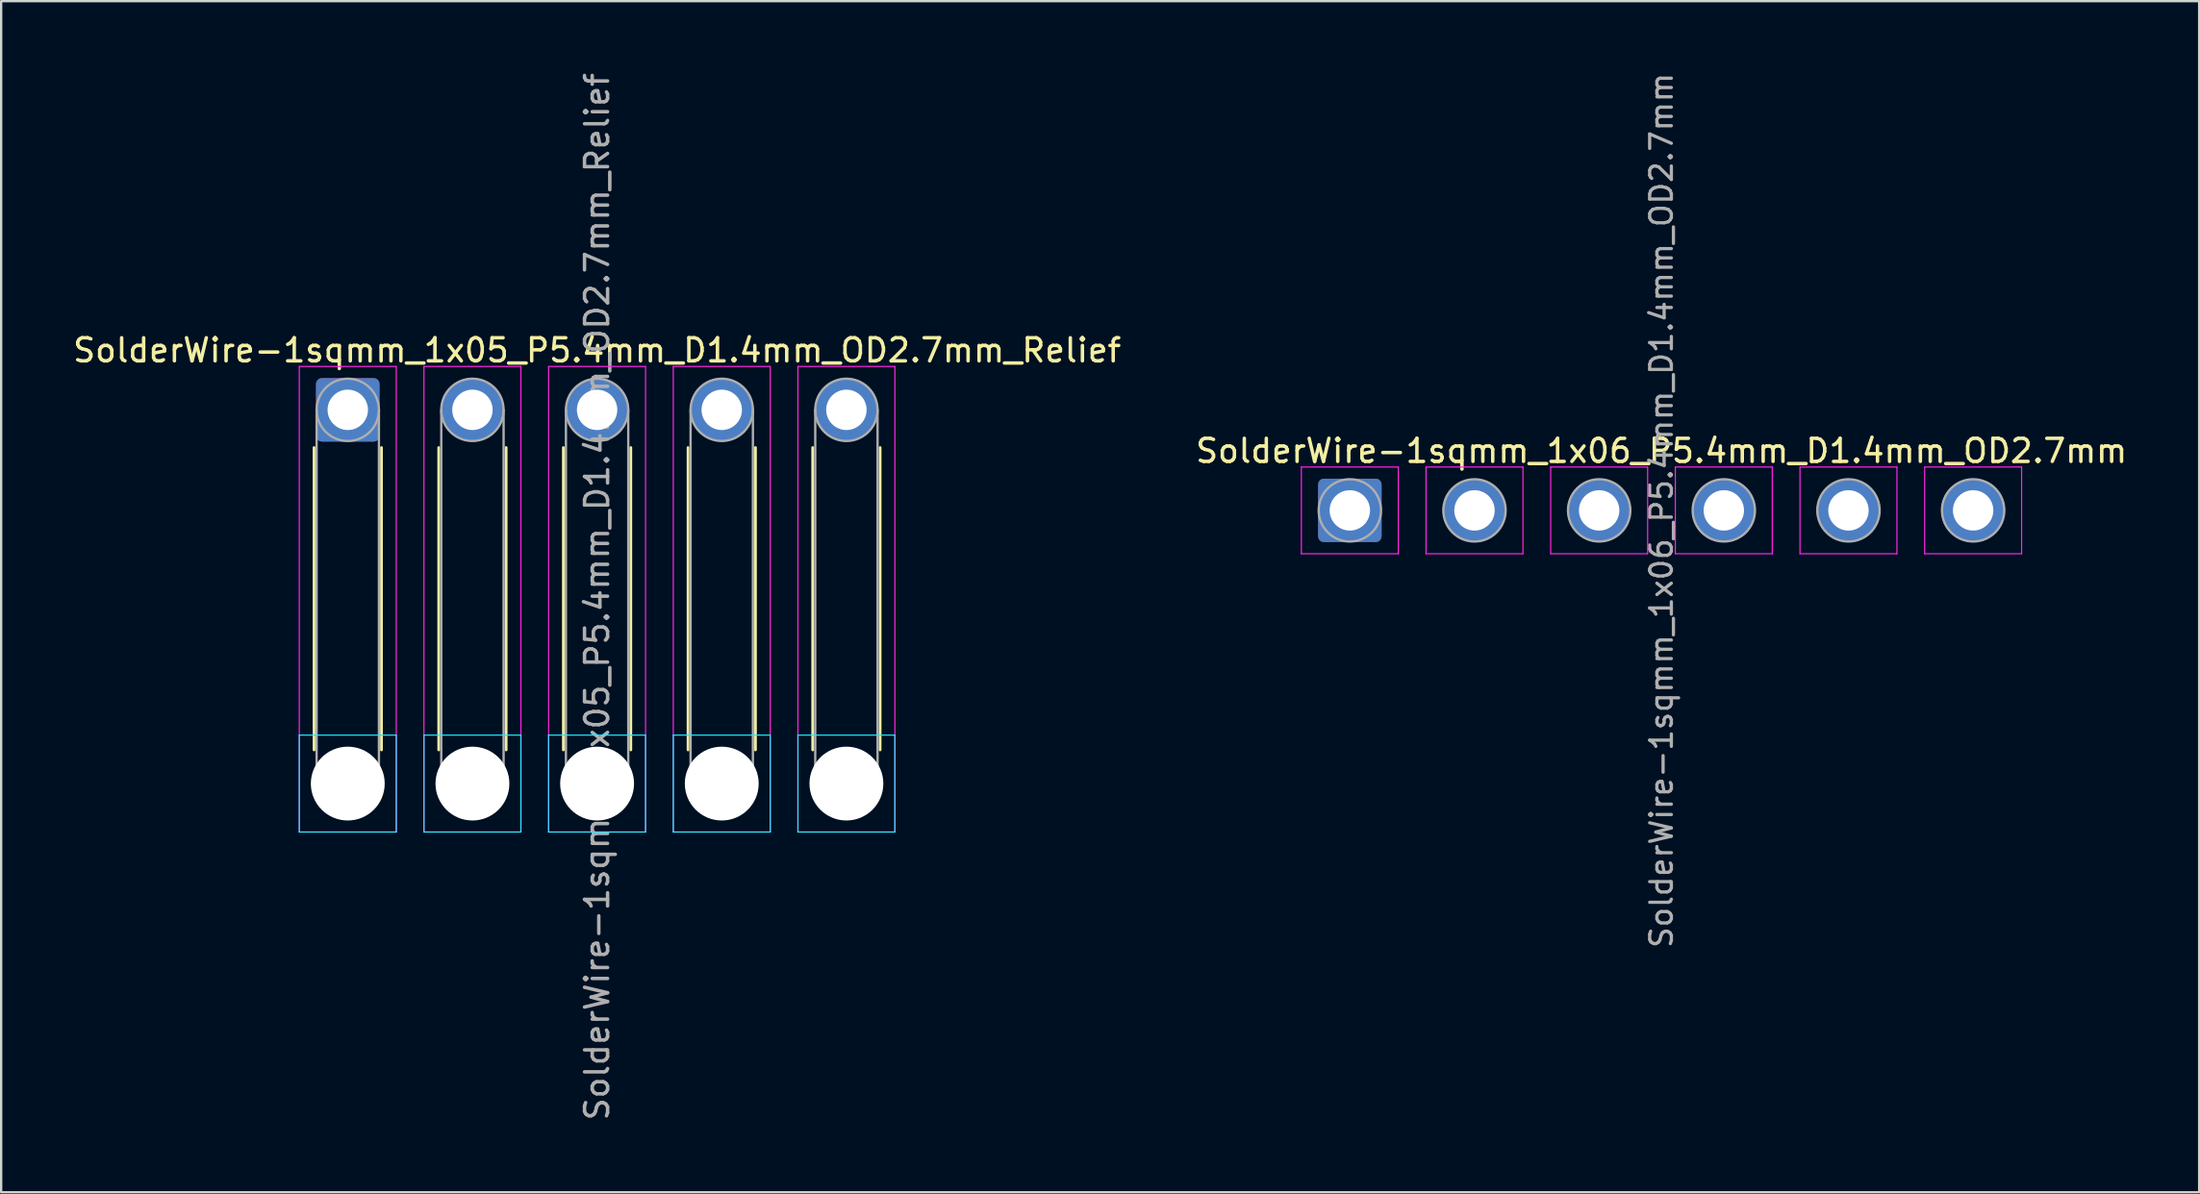
<source format=kicad_pcb>
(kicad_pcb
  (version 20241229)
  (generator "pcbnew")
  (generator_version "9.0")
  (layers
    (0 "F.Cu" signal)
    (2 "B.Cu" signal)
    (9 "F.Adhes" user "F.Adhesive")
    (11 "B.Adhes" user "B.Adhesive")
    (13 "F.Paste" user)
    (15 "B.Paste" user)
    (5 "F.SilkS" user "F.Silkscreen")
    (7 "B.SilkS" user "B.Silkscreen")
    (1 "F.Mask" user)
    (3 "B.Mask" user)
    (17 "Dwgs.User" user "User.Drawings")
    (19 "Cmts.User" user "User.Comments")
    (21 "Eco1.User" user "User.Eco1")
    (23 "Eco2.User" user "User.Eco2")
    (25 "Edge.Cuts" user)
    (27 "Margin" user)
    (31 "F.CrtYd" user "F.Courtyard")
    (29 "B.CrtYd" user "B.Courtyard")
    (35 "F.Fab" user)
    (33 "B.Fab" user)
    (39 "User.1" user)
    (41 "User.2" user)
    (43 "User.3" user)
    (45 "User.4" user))
  (footprint "SolderWire-1sqmm_1x06_P5.4mm_D1.4mm_OD2.7mm"
    (layer "F.Cu")
    (at 55.423 19.073)
    (property "Reference" "SolderWire-1sqmm_1x06_P5.4mm_D1.4mm_OD2.7mm" (at 13.5 -2.58 0) (layer "F.SilkS") (effects (font (size 1 1) (thickness 0.15))))
    (attr exclude_from_pos_files exclude_from_bom)
    (fp_line (start -2.1 -1.88) (end -2.1 1.88) (stroke (width 0.05) (type solid)) (layer "F.CrtYd"))
    (fp_line (start -2.1 1.88) (end 2.1 1.88) (stroke (width 0.05) (type solid)) (layer "F.CrtYd"))
    (fp_line (start 2.1 -1.88) (end -2.1 -1.88) (stroke (width 0.05) (type solid)) (layer "F.CrtYd"))
    (fp_line (start 2.1 1.88) (end 2.1 -1.88) (stroke (width 0.05) (type solid)) (layer "F.CrtYd"))
    (fp_line (start 3.3 -1.88) (end 3.3 1.88) (stroke (width 0.05) (type solid)) (layer "F.CrtYd"))
    (fp_line (start 3.3 1.88) (end 7.5 1.88) (stroke (width 0.05) (type solid)) (layer "F.CrtYd"))
    (fp_line (start 7.5 -1.88) (end 3.3 -1.88) (stroke (width 0.05) (type solid)) (layer "F.CrtYd"))
    (fp_line (start 7.5 1.88) (end 7.5 -1.88) (stroke (width 0.05) (type solid)) (layer "F.CrtYd"))
    (fp_line (start 8.7 -1.88) (end 8.7 1.88) (stroke (width 0.05) (type solid)) (layer "F.CrtYd"))
    (fp_line (start 8.7 1.88) (end 12.9 1.88) (stroke (width 0.05) (type solid)) (layer "F.CrtYd"))
    (fp_line (start 12.9 -1.88) (end 8.7 -1.88) (stroke (width 0.05) (type solid)) (layer "F.CrtYd"))
    (fp_line (start 12.9 1.88) (end 12.9 -1.88) (stroke (width 0.05) (type solid)) (layer "F.CrtYd"))
    (fp_line (start 14.1 -1.88) (end 14.1 1.88) (stroke (width 0.05) (type solid)) (layer "F.CrtYd"))
    (fp_line (start 14.1 1.88) (end 18.3 1.88) (stroke (width 0.05) (type solid)) (layer "F.CrtYd"))
    (fp_line (start 18.3 -1.88) (end 14.1 -1.88) (stroke (width 0.05) (type solid)) (layer "F.CrtYd"))
    (fp_line (start 18.3 1.88) (end 18.3 -1.88) (stroke (width 0.05) (type solid)) (layer "F.CrtYd"))
    (fp_line (start 19.5 -1.88) (end 19.5 1.88) (stroke (width 0.05) (type solid)) (layer "F.CrtYd"))
    (fp_line (start 19.5 1.88) (end 23.7 1.88) (stroke (width 0.05) (type solid)) (layer "F.CrtYd"))
    (fp_line (start 23.7 -1.88) (end 19.5 -1.88) (stroke (width 0.05) (type solid)) (layer "F.CrtYd"))
    (fp_line (start 23.7 1.88) (end 23.7 -1.88) (stroke (width 0.05) (type solid)) (layer "F.CrtYd"))
    (fp_line (start 24.9 -1.88) (end 24.9 1.88) (stroke (width 0.05) (type solid)) (layer "F.CrtYd"))
    (fp_line (start 24.9 1.88) (end 29.1 1.88) (stroke (width 0.05) (type solid)) (layer "F.CrtYd"))
    (fp_line (start 29.1 -1.88) (end 24.9 -1.88) (stroke (width 0.05) (type solid)) (layer "F.CrtYd"))
    (fp_line (start 29.1 1.88) (end 29.1 -1.88) (stroke (width 0.05) (type solid)) (layer "F.CrtYd"))
    (fp_circle (center 0 0) (end 1.35 0) (stroke (width 0.1) (type solid)) (fill no) (layer "F.Fab"))
    (fp_circle (center 5.4 0) (end 6.75 0) (stroke (width 0.1) (type solid)) (fill no) (layer "F.Fab"))
    (fp_circle (center 10.8 0) (end 12.15 0) (stroke (width 0.1) (type solid)) (fill no) (layer "F.Fab"))
    (fp_circle (center 16.2 0) (end 17.55 0) (stroke (width 0.1) (type solid)) (fill no) (layer "F.Fab"))
    (fp_circle (center 21.6 0) (end 22.95 0) (stroke (width 0.1) (type solid)) (fill no) (layer "F.Fab"))
    (fp_circle (center 27 0) (end 28.35 0) (stroke (width 0.1) (type solid)) (fill no) (layer "F.Fab"))
    (fp_text user "${REFERENCE}" (at 13.5 0 90) (layer "F.Fab") (effects (font (size 0.94 0.94) (thickness 0.14))))
    (pad "1" thru_hole roundrect (at 0 0) (size 2.75 2.75) (drill 1.75) (layers "*.Cu" "*.Mask") (roundrect_rratio 0.091))
    (pad "2" thru_hole circle (at 5.4 0) (size 2.75 2.75) (drill 1.75) (layers "*.Cu" "*.Mask"))
    (pad "3" thru_hole circle (at 10.8 0) (size 2.75 2.75) (drill 1.75) (layers "*.Cu" "*.Mask"))
    (pad "4" thru_hole circle (at 16.2 0) (size 2.75 2.75) (drill 1.75) (layers "*.Cu" "*.Mask"))
    (pad "5" thru_hole circle (at 21.6 0) (size 2.75 2.75) (drill 1.75) (layers "*.Cu" "*.Mask"))
    (pad "6" thru_hole circle (at 27 0) (size 2.75 2.75) (drill 1.75) (layers "*.Cu" "*.Mask")))
  (footprint "SolderWire-1sqmm_1x05_P5.4mm_D1.4mm_OD2.7mm_Relief"
    (layer "F.Cu")
    (at 12.015 14.715)
    (property "Reference" "SolderWire-1sqmm_1x05_P5.4mm_D1.4mm_OD2.7mm_Relief" (at 10.8 -2.58 0) (layer "F.SilkS") (effects (font (size 1 1) (thickness 0.15))))
    (attr exclude_from_pos_files exclude_from_bom)
    (fp_line (start -1.46 1.635) (end -1.46 14.74) (stroke (width 0.12) (type solid)) (layer "F.SilkS"))
    (fp_line (start 1.46 1.635) (end 1.46 14.74) (stroke (width 0.12) (type solid)) (layer "F.SilkS"))
    (fp_line (start 3.94 1.635) (end 3.94 14.74) (stroke (width 0.12) (type solid)) (layer "F.SilkS"))
    (fp_line (start 6.86 1.635) (end 6.86 14.74) (stroke (width 0.12) (type solid)) (layer "F.SilkS"))
    (fp_line (start 9.34 1.635) (end 9.34 14.74) (stroke (width 0.12) (type solid)) (layer "F.SilkS"))
    (fp_line (start 12.26 1.635) (end 12.26 14.74) (stroke (width 0.12) (type solid)) (layer "F.SilkS"))
    (fp_line (start 14.74 1.635) (end 14.74 14.74) (stroke (width 0.12) (type solid)) (layer "F.SilkS"))
    (fp_line (start 17.66 1.635) (end 17.66 14.74) (stroke (width 0.12) (type solid)) (layer "F.SilkS"))
    (fp_line (start 20.14 1.635) (end 20.14 14.74) (stroke (width 0.12) (type solid)) (layer "F.SilkS"))
    (fp_line (start 23.06 1.635) (end 23.06 14.74) (stroke (width 0.12) (type solid)) (layer "F.SilkS"))
    (fp_line (start -2.1 14.1) (end -2.1 18.3) (stroke (width 0.05) (type solid)) (layer "B.CrtYd"))
    (fp_line (start -2.1 18.3) (end 2.1 18.3) (stroke (width 0.05) (type solid)) (layer "B.CrtYd"))
    (fp_line (start 2.1 14.1) (end -2.1 14.1) (stroke (width 0.05) (type solid)) (layer "B.CrtYd"))
    (fp_line (start 2.1 18.3) (end 2.1 14.1) (stroke (width 0.05) (type solid)) (layer "B.CrtYd"))
    (fp_line (start 3.3 14.1) (end 3.3 18.3) (stroke (width 0.05) (type solid)) (layer "B.CrtYd"))
    (fp_line (start 3.3 18.3) (end 7.5 18.3) (stroke (width 0.05) (type solid)) (layer "B.CrtYd"))
    (fp_line (start 7.5 14.1) (end 3.3 14.1) (stroke (width 0.05) (type solid)) (layer "B.CrtYd"))
    (fp_line (start 7.5 18.3) (end 7.5 14.1) (stroke (width 0.05) (type solid)) (layer "B.CrtYd"))
    (fp_line (start 8.7 14.1) (end 8.7 18.3) (stroke (width 0.05) (type solid)) (layer "B.CrtYd"))
    (fp_line (start 8.7 18.3) (end 12.9 18.3) (stroke (width 0.05) (type solid)) (layer "B.CrtYd"))
    (fp_line (start 12.9 14.1) (end 8.7 14.1) (stroke (width 0.05) (type solid)) (layer "B.CrtYd"))
    (fp_line (start 12.9 18.3) (end 12.9 14.1) (stroke (width 0.05) (type solid)) (layer "B.CrtYd"))
    (fp_line (start 14.1 14.1) (end 14.1 18.3) (stroke (width 0.05) (type solid)) (layer "B.CrtYd"))
    (fp_line (start 14.1 18.3) (end 18.3 18.3) (stroke (width 0.05) (type solid)) (layer "B.CrtYd"))
    (fp_line (start 18.3 14.1) (end 14.1 14.1) (stroke (width 0.05) (type solid)) (layer "B.CrtYd"))
    (fp_line (start 18.3 18.3) (end 18.3 14.1) (stroke (width 0.05) (type solid)) (layer "B.CrtYd"))
    (fp_line (start 19.5 14.1) (end 19.5 18.3) (stroke (width 0.05) (type solid)) (layer "B.CrtYd"))
    (fp_line (start 19.5 18.3) (end 23.7 18.3) (stroke (width 0.05) (type solid)) (layer "B.CrtYd"))
    (fp_line (start 23.7 14.1) (end 19.5 14.1) (stroke (width 0.05) (type solid)) (layer "B.CrtYd"))
    (fp_line (start 23.7 18.3) (end 23.7 14.1) (stroke (width 0.05) (type solid)) (layer "B.CrtYd"))
    (fp_line (start -2.1 -1.88) (end -2.1 18.3) (stroke (width 0.05) (type solid)) (layer "F.CrtYd"))
    (fp_line (start -2.1 18.3) (end 2.1 18.3) (stroke (width 0.05) (type solid)) (layer "F.CrtYd"))
    (fp_line (start 2.1 -1.88) (end -2.1 -1.88) (stroke (width 0.05) (type solid)) (layer "F.CrtYd"))
    (fp_line (start 2.1 18.3) (end 2.1 -1.88) (stroke (width 0.05) (type solid)) (layer "F.CrtYd"))
    (fp_line (start 3.3 -1.88) (end 3.3 18.3) (stroke (width 0.05) (type solid)) (layer "F.CrtYd"))
    (fp_line (start 3.3 18.3) (end 7.5 18.3) (stroke (width 0.05) (type solid)) (layer "F.CrtYd"))
    (fp_line (start 7.5 -1.88) (end 3.3 -1.88) (stroke (width 0.05) (type solid)) (layer "F.CrtYd"))
    (fp_line (start 7.5 18.3) (end 7.5 -1.88) (stroke (width 0.05) (type solid)) (layer "F.CrtYd"))
    (fp_line (start 8.7 -1.88) (end 8.7 18.3) (stroke (width 0.05) (type solid)) (layer "F.CrtYd"))
    (fp_line (start 8.7 18.3) (end 12.9 18.3) (stroke (width 0.05) (type solid)) (layer "F.CrtYd"))
    (fp_line (start 12.9 -1.88) (end 8.7 -1.88) (stroke (width 0.05) (type solid)) (layer "F.CrtYd"))
    (fp_line (start 12.9 18.3) (end 12.9 -1.88) (stroke (width 0.05) (type solid)) (layer "F.CrtYd"))
    (fp_line (start 14.1 -1.88) (end 14.1 18.3) (stroke (width 0.05) (type solid)) (layer "F.CrtYd"))
    (fp_line (start 14.1 18.3) (end 18.3 18.3) (stroke (width 0.05) (type solid)) (layer "F.CrtYd"))
    (fp_line (start 18.3 -1.88) (end 14.1 -1.88) (stroke (width 0.05) (type solid)) (layer "F.CrtYd"))
    (fp_line (start 18.3 18.3) (end 18.3 -1.88) (stroke (width 0.05) (type solid)) (layer "F.CrtYd"))
    (fp_line (start 19.5 -1.88) (end 19.5 18.3) (stroke (width 0.05) (type solid)) (layer "F.CrtYd"))
    (fp_line (start 19.5 18.3) (end 23.7 18.3) (stroke (width 0.05) (type solid)) (layer "F.CrtYd"))
    (fp_line (start 23.7 -1.88) (end 19.5 -1.88) (stroke (width 0.05) (type solid)) (layer "F.CrtYd"))
    (fp_line (start 23.7 18.3) (end 23.7 -1.88) (stroke (width 0.05) (type solid)) (layer "F.CrtYd"))
    (fp_line (start -1.35 0) (end -1.35 16.2) (stroke (width 0.1) (type solid)) (layer "F.Fab"))
    (fp_line (start 1.35 0) (end 1.35 16.2) (stroke (width 0.1) (type solid)) (layer "F.Fab"))
    (fp_line (start 4.05 0) (end 4.05 16.2) (stroke (width 0.1) (type solid)) (layer "F.Fab"))
    (fp_line (start 6.75 0) (end 6.75 16.2) (stroke (width 0.1) (type solid)) (layer "F.Fab"))
    (fp_line (start 9.45 0) (end 9.45 16.2) (stroke (width 0.1) (type solid)) (layer "F.Fab"))
    (fp_line (start 12.15 0) (end 12.15 16.2) (stroke (width 0.1) (type solid)) (layer "F.Fab"))
    (fp_line (start 14.85 0) (end 14.85 16.2) (stroke (width 0.1) (type solid)) (layer "F.Fab"))
    (fp_line (start 17.55 0) (end 17.55 16.2) (stroke (width 0.1) (type solid)) (layer "F.Fab"))
    (fp_line (start 20.25 0) (end 20.25 16.2) (stroke (width 0.1) (type solid)) (layer "F.Fab"))
    (fp_line (start 22.95 0) (end 22.95 16.2) (stroke (width 0.1) (type solid)) (layer "F.Fab"))
    (fp_circle (center 0 0) (end 1.35 0) (stroke (width 0.1) (type solid)) (fill no) (layer "F.Fab"))
    (fp_circle (center 0 16.2) (end 1.35 16.2) (stroke (width 0.1) (type solid)) (fill no) (layer "F.Fab"))
    (fp_circle (center 5.4 0) (end 6.75 0) (stroke (width 0.1) (type solid)) (fill no) (layer "F.Fab"))
    (fp_circle (center 5.4 16.2) (end 6.75 16.2) (stroke (width 0.1) (type solid)) (fill no) (layer "F.Fab"))
    (fp_circle (center 10.8 0) (end 12.15 0) (stroke (width 0.1) (type solid)) (fill no) (layer "F.Fab"))
    (fp_circle (center 10.8 16.2) (end 12.15 16.2) (stroke (width 0.1) (type solid)) (fill no) (layer "F.Fab"))
    (fp_circle (center 16.2 0) (end 17.55 0) (stroke (width 0.1) (type solid)) (fill no) (layer "F.Fab"))
    (fp_circle (center 16.2 16.2) (end 17.55 16.2) (stroke (width 0.1) (type solid)) (fill no) (layer "F.Fab"))
    (fp_circle (center 21.6 0) (end 22.95 0) (stroke (width 0.1) (type solid)) (fill no) (layer "F.Fab"))
    (fp_circle (center 21.6 16.2) (end 22.95 16.2) (stroke (width 0.1) (type solid)) (fill no) (layer "F.Fab"))
    (fp_text user "${REFERENCE}" (at 10.8 8.1 90) (layer "F.Fab") (effects (font (size 1 1) (thickness 0.15))))
    (pad "" np_thru_hole circle (at 0 16.2) (size 3.2 3.2) (drill 3.2) (layers "*.Cu" "*.Mask"))
    (pad "" np_thru_hole circle (at 5.4 16.2) (size 3.2 3.2) (drill 3.2) (layers "*.Cu" "*.Mask"))
    (pad "" np_thru_hole circle (at 10.8 16.2) (size 3.2 3.2) (drill 3.2) (layers "*.Cu" "*.Mask"))
    (pad "" np_thru_hole circle (at 16.2 16.2) (size 3.2 3.2) (drill 3.2) (layers "*.Cu" "*.Mask"))
    (pad "" np_thru_hole circle (at 21.6 16.2) (size 3.2 3.2) (drill 3.2) (layers "*.Cu" "*.Mask"))
    (pad "1" thru_hole roundrect (at 0 0) (size 2.75 2.75) (drill 1.75) (layers "*.Cu" "*.Mask") (roundrect_rratio 0.091))
    (pad "2" thru_hole circle (at 5.4 0) (size 2.75 2.75) (drill 1.75) (layers "*.Cu" "*.Mask"))
    (pad "3" thru_hole circle (at 10.8 0) (size 2.75 2.75) (drill 1.75) (layers "*.Cu" "*.Mask"))
    (pad "4" thru_hole circle (at 16.2 0) (size 2.75 2.75) (drill 1.75) (layers "*.Cu" "*.Mask"))
    (pad "5" thru_hole circle (at 21.6 0) (size 2.75 2.75) (drill 1.75) (layers "*.Cu" "*.Mask")))
  (gr_rect
    (start -3 -3)
    (end 92.214 48.631)
    (stroke (width 0.1) (type default))
    (fill no)
    (layer "Edge.Cuts")))
</source>
